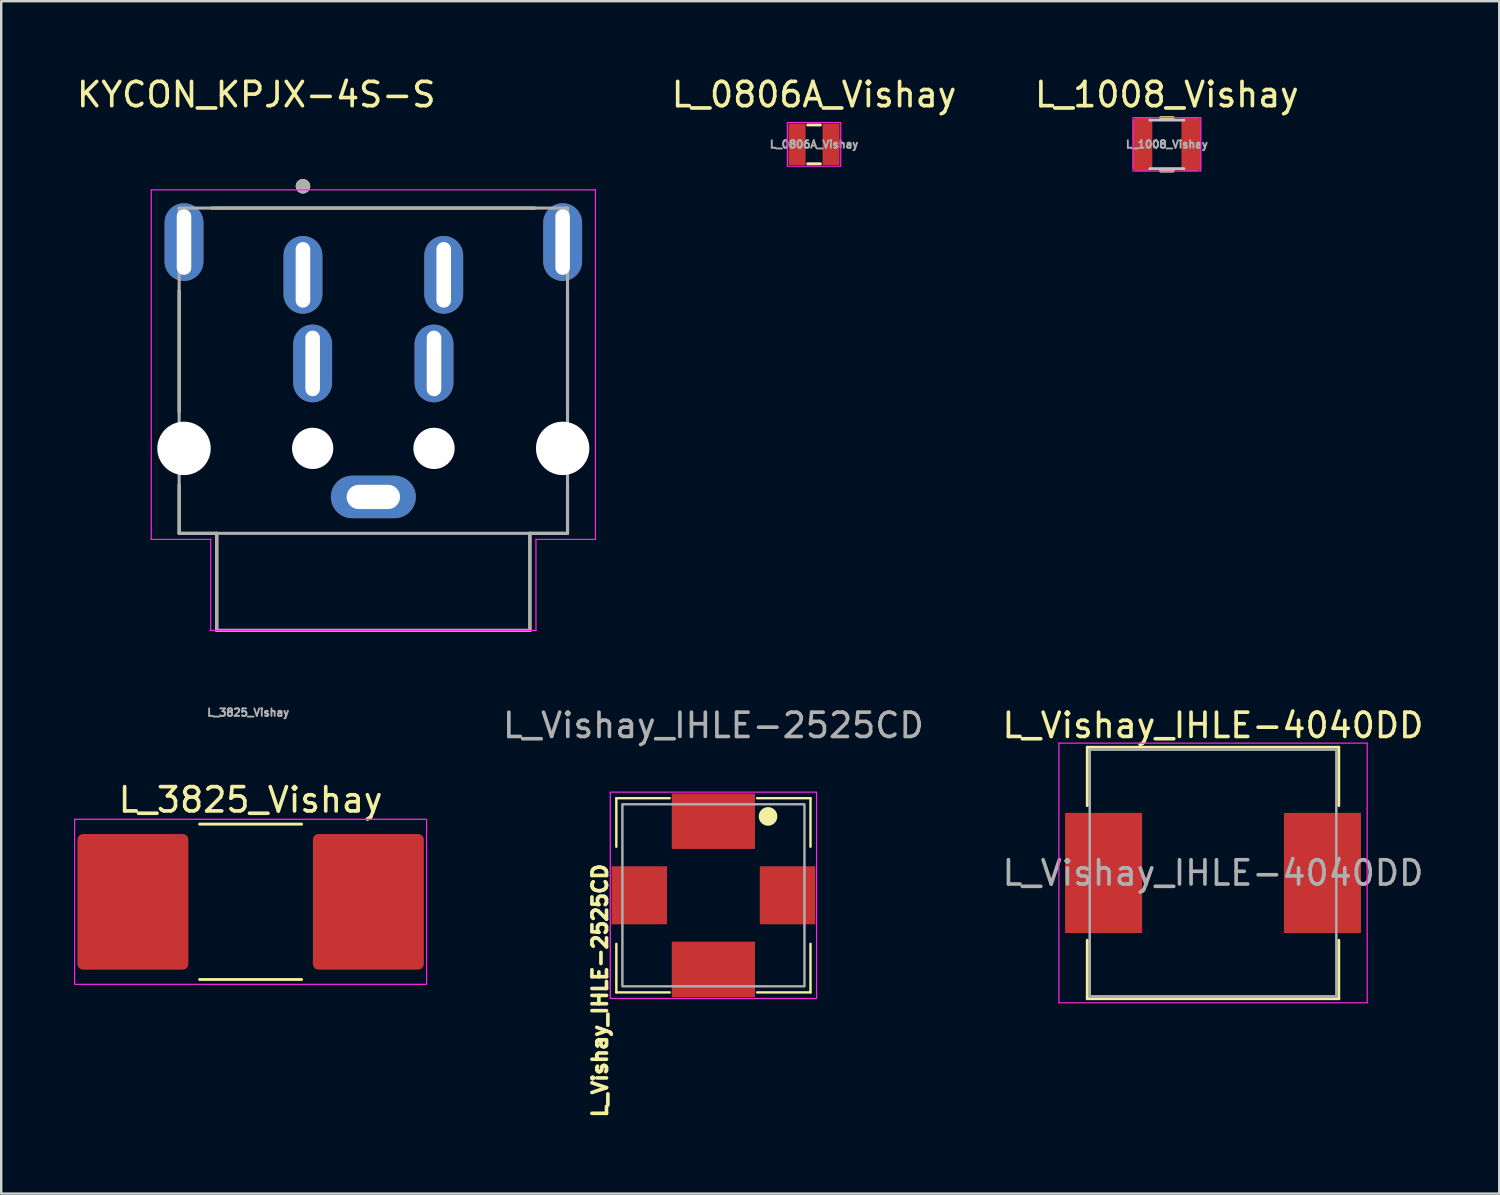
<source format=kicad_pcb>
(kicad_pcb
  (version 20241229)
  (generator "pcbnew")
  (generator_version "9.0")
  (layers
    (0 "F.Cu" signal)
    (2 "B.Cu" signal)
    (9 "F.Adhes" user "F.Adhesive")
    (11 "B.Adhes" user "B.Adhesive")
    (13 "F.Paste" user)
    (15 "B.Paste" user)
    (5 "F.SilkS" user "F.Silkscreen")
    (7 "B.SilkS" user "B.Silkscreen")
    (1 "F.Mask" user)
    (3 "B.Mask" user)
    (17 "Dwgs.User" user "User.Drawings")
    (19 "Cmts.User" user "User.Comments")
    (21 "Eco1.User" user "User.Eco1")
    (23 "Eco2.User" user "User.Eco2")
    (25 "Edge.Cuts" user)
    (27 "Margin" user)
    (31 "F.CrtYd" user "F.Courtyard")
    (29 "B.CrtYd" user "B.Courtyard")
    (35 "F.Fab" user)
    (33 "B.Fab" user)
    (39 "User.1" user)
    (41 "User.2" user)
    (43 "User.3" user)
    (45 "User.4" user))
  (footprint "L_1008_Vishay"
    (layer "F.Cu")
    (at 45.024 2.898)
    (property "Reference" "L_1008_Vishay" (at 0 -2.05 0) (layer "F.SilkS") (effects (font (size 1 1) (thickness 0.15))))
    (attr smd)
    (fp_line (start -0.261 -1.1) (end 0.261 -1.1) (stroke (width 0.12) (type solid)) (layer "F.SilkS"))
    (fp_line (start -0.261 1.1) (end 0.261 1.1) (stroke (width 0.12) (type solid)) (layer "F.SilkS"))
    (fp_line (start -0.7 -1) (end 0.7 -1) (stroke (width 0.12) (type solid)) (layer "Dwgs.User"))
    (fp_line (start -0.7 1) (end 0.7 1) (stroke (width 0.12) (type solid)) (layer "Dwgs.User"))
    (fp_rect (start -1.4 1.1) (end 1.4 -1.1) (stroke (width 0.05) (type solid)) (fill no) (layer "F.CrtYd"))
    (fp_text user "${REFERENCE}" (at 0 0 0) (layer "F.Fab") (effects (font (size 0.31 0.31) (thickness 0.077))))
    (pad "1" smd roundrect (at -1 0) (size 0.8 2.2) (layers "F.Cu" "F.Mask" "F.Paste") (roundrect_rratio 0.2))
    (pad "2" smd roundrect (at 1 0) (size 0.8 2.2) (layers "F.Cu" "F.Mask" "F.Paste") (roundrect_rratio 0.2)))
  (footprint "L_3825_Vishay"
    (layer "F.Cu")
    (at 7.275 34.104)
    (property "Reference" "L_3825_Vishay" (at 0 -4.2 0) (layer "F.SilkS") (effects (font (size 1 1) (thickness 0.15))))
    (attr smd)
    (fp_line (start -2.1 -3.2) (end 2.1 -3.2) (stroke (width 0.12) (type default)) (layer "F.SilkS"))
    (fp_line (start -2.1 3.2) (end 2.1 3.2) (stroke (width 0.12) (type default)) (layer "F.SilkS"))
    (fp_rect (start -7.25 -3.4) (end 7.25 3.4) (stroke (width 0.05) (type default)) (fill no) (layer "F.CrtYd"))
    (fp_text user "${REFERENCE}" (at -0.1 -7.8 0) (layer "F.Fab") (effects (font (size 0.31 0.31) (thickness 0.077))))
    (pad "1" smd roundrect (at -4.85 0) (size 4.572 5.588) (layers "F.Cu" "F.Mask" "F.Paste") (roundrect_rratio 0.05))
    (pad "2" smd roundrect (at 4.85 0) (size 4.572 5.588) (layers "F.Cu" "F.Mask" "F.Paste") (roundrect_rratio 0.05)))
  (footprint "L_Vishay_IHLE-4040DD"
    (layer "F.Cu")
    (at 46.925 32.915)
    (property "Reference" "L_Vishay_IHLE-4040DD" (at 0 -6.08 0) (layer "F.SilkS") (effects (font (size 1 1) (thickness 0.15))))
    (attr smd)
    (fp_line (start -5.18 -5.18) (end 5.18 -5.18) (stroke (width 0.12) (type solid)) (layer "F.SilkS"))
    (fp_line (start -5.18 -2.775) (end -5.18 -5.18) (stroke (width 0.12) (type solid)) (layer "F.SilkS"))
    (fp_line (start -5.18 2.775) (end -5.18 5.18) (stroke (width 0.12) (type solid)) (layer "F.SilkS"))
    (fp_line (start -5.18 5.18) (end 5.18 5.18) (stroke (width 0.12) (type solid)) (layer "F.SilkS"))
    (fp_line (start 5.18 -5.18) (end 5.18 -2.775) (stroke (width 0.12) (type solid)) (layer "F.SilkS"))
    (fp_line (start 5.18 5.18) (end 5.18 2.775) (stroke (width 0.12) (type solid)) (layer "F.SilkS"))
    (fp_line (start -6.35 -5.35) (end -6.35 5.35) (stroke (width 0.05) (type solid)) (layer "F.CrtYd"))
    (fp_line (start -6.35 5.35) (end 6.35 5.35) (stroke (width 0.05) (type solid)) (layer "F.CrtYd"))
    (fp_line (start 6.35 -5.35) (end -6.35 -5.35) (stroke (width 0.05) (type solid)) (layer "F.CrtYd"))
    (fp_line (start 6.35 5.35) (end 6.35 -5.35) (stroke (width 0.05) (type solid)) (layer "F.CrtYd"))
    (fp_line (start -5.08 -5.08) (end -5.08 5.08) (stroke (width 0.1) (type solid)) (layer "F.Fab"))
    (fp_line (start -5.08 5.08) (end 5.08 5.08) (stroke (width 0.1) (type solid)) (layer "F.Fab"))
    (fp_line (start 5.08 -5.08) (end -5.08 -5.08) (stroke (width 0.1) (type solid)) (layer "F.Fab"))
    (fp_line (start 5.08 5.08) (end 5.08 -5.08) (stroke (width 0.1) (type solid)) (layer "F.Fab"))
    (fp_text user "${REFERENCE}" (at 0 0 0) (layer "F.Fab") (effects (font (size 1 1) (thickness 0.15))))
    (pad "1" smd rect (at -4.508 0) (size 3.175 4.95) (layers "F.Cu" "F.Mask" "F.Paste"))
    (pad "2" smd rect (at 4.508 0) (size 3.175 4.95) (layers "F.Cu" "F.Mask" "F.Paste")))
  (footprint "L_Vishay_IHLE-2525CD"
    (layer "F.Cu")
    (at 26.342 33.835)
    (property "Reference" "L_Vishay_IHLE-2525CD" (at -4.675 3.925 90) (layer "F.SilkS") (effects (font (size 0.6 0.6) (thickness 0.15))))
    (attr smd)
    (fp_line (start -4 -4) (end -4 -2) (stroke (width 0.1) (type default)) (layer "F.SilkS"))
    (fp_line (start -4 4) (end -4 2) (stroke (width 0.1) (type default)) (layer "F.SilkS"))
    (fp_line (start -1.8 -4) (end -4 -4) (stroke (width 0.1) (type default)) (layer "F.SilkS"))
    (fp_line (start -1.8 4) (end -4 4) (stroke (width 0.1) (type default)) (layer "F.SilkS"))
    (fp_line (start 1.8 4) (end 4 4) (stroke (width 0.1) (type default)) (layer "F.SilkS"))
    (fp_line (start 4 -4) (end 1.8 -4) (stroke (width 0.1) (type default)) (layer "F.SilkS"))
    (fp_line (start 4 -4) (end 4 -2) (stroke (width 0.1) (type default)) (layer "F.SilkS"))
    (fp_line (start 4 4) (end 4 2) (stroke (width 0.1) (type default)) (layer "F.SilkS"))
    (fp_circle (center 2.25 -3.25) (end 2.584 -3.25) (stroke (width 0.1) (type solid)) (fill yes) (layer "F.SilkS"))
    (fp_rect (start -4.25 4.25) (end 4.25 -4.25) (stroke (width 0.05) (type default)) (fill no) (layer "F.CrtYd"))
    (fp_rect (start -3.75 3.75) (end 3.75 -3.75) (stroke (width 0.1) (type default)) (fill no) (layer "F.Fab"))
    (fp_text user "${REFERENCE}" (at 0 -7 0) (layer "F.Fab") (effects (font (size 1 1) (thickness 0.15))))
    (pad "1" smd rect (at 0 -3.053 90) (size 2.285 3.43) (layers "F.Cu" "F.Mask" "F.Paste"))
    (pad "2" smd rect (at 0 3.053 90) (size 2.285 3.43) (layers "F.Cu" "F.Mask" "F.Paste"))
    (pad "3" smd rect (at -3.053 0) (size 2.285 2.39) (layers "F.Cu" "F.Mask" "F.Paste"))
    (pad "4" smd rect (at 3.053 0) (size 2.285 2.39) (layers "F.Cu" "F.Mask" "F.Paste")))
  (footprint "L_0806A_Vishay"
    (layer "F.Cu")
    (at 30.488 2.898)
    (property "Reference" "L_0806A_Vishay" (at 0 -2.05 0) (layer "F.SilkS") (effects (font (size 1 1) (thickness 0.15))))
    (attr smd)
    (fp_line (start -0.261 -0.8) (end 0.261 -0.8) (stroke (width 0.12) (type solid)) (layer "F.SilkS"))
    (fp_line (start -0.261 0.8) (end 0.261 0.8) (stroke (width 0.12) (type solid)) (layer "F.SilkS"))
    (fp_rect (start -1.1 0.9) (end 1.1 -0.9) (stroke (width 0.05) (type solid)) (fill no) (layer "F.CrtYd"))
    (fp_text user "${REFERENCE}" (at 0 0 0) (layer "F.Fab") (effects (font (size 0.31 0.31) (thickness 0.077))))
    (pad "1" smd roundrect (at -0.7 0) (size 0.7 1.7) (layers "F.Cu" "F.Mask" "F.Paste") (roundrect_rratio 0.05))
    (pad "2" smd roundrect (at 0.7 0) (size 0.7 1.7) (layers "F.Cu" "F.Mask" "F.Paste") (roundrect_rratio 0.05)))
  (footprint "KYCON_KPJX-4S-S"
    (layer "F.Cu")
    (at 12.331 8.273)
    (property "Reference" "KYCON_KPJX-4S-S" (at -4.825 -7.425 180) (layer "F.SilkS") (effects (font (size 1 1) (thickness 0.15))))
    (attr through_hole)
    (fp_line (start -8 0.65) (end -8 5.65) (stroke (width 0.127) (type solid)) (layer "F.SilkS"))
    (fp_line (start -8 8.65) (end -8 10.65) (stroke (width 0.127) (type solid)) (layer "F.SilkS"))
    (fp_line (start -8 10.65) (end -6.45 10.65) (stroke (width 0.127) (type solid)) (layer "F.SilkS"))
    (fp_line (start -6.45 10.65) (end -6.45 14.65) (stroke (width 0.127) (type solid)) (layer "F.SilkS"))
    (fp_line (start -6.45 14.65) (end 6.45 14.65) (stroke (width 0.127) (type solid)) (layer "F.SilkS"))
    (fp_line (start 6.45 10.65) (end 8 10.65) (stroke (width 0.127) (type solid)) (layer "F.SilkS"))
    (fp_line (start 6.45 14.65) (end 6.45 10.65) (stroke (width 0.127) (type solid)) (layer "F.SilkS"))
    (fp_line (start 6.65 -2.75) (end -6.65 -2.75) (stroke (width 0.127) (type solid)) (layer "F.SilkS"))
    (fp_line (start 8 5.65) (end 8 0.65) (stroke (width 0.127) (type solid)) (layer "F.SilkS"))
    (fp_line (start 8 10.65) (end 8 8.65) (stroke (width 0.127) (type solid)) (layer "F.SilkS"))
    (fp_circle (center -2.9 -3.65) (end -2.75 -3.65) (stroke (width 0.3) (type solid)) (fill no) (layer "F.SilkS"))
    (fp_line (start -9.15 -3.5) (end -9.15 10.9) (stroke (width 0.05) (type solid)) (layer "F.CrtYd"))
    (fp_line (start -9.15 -3.5) (end 9.15 -3.5) (stroke (width 0.05) (type solid)) (layer "F.CrtYd"))
    (fp_line (start -9.15 10.9) (end -6.7 10.9) (stroke (width 0.05) (type solid)) (layer "F.CrtYd"))
    (fp_line (start -6.7 10.9) (end -6.7 14.65) (stroke (width 0.05) (type solid)) (layer "F.CrtYd"))
    (fp_line (start 6.7 10.9) (end 6.7 14.65) (stroke (width 0.05) (type solid)) (layer "F.CrtYd"))
    (fp_line (start 6.7 14.65) (end -6.7 14.65) (stroke (width 0.05) (type solid)) (layer "F.CrtYd"))
    (fp_line (start 9.15 -3.5) (end 9.15 10.9) (stroke (width 0.05) (type solid)) (layer "F.CrtYd"))
    (fp_line (start 9.15 10.9) (end 6.7 10.9) (stroke (width 0.05) (type solid)) (layer "F.CrtYd"))
    (fp_line (start -8 -2.75) (end -8 10.65) (stroke (width 0.127) (type solid)) (layer "F.Fab"))
    (fp_line (start -8 10.65) (end -6.45 10.65) (stroke (width 0.127) (type solid)) (layer "F.Fab"))
    (fp_line (start -6.45 10.65) (end -6.45 14.65) (stroke (width 0.127) (type solid)) (layer "F.Fab"))
    (fp_line (start -6.45 10.65) (end 6.45 10.65) (stroke (width 0.127) (type solid)) (layer "F.Fab"))
    (fp_line (start -6.45 14.65) (end 6.45 14.65) (stroke (width 0.127) (type solid)) (layer "F.Fab"))
    (fp_line (start 6.45 10.65) (end 8 10.65) (stroke (width 0.127) (type solid)) (layer "F.Fab"))
    (fp_line (start 6.45 14.65) (end 6.45 10.65) (stroke (width 0.127) (type solid)) (layer "F.Fab"))
    (fp_line (start 8 -2.75) (end -8 -2.75) (stroke (width 0.127) (type solid)) (layer "F.Fab"))
    (fp_line (start 8 10.65) (end 8 -2.75) (stroke (width 0.127) (type solid)) (layer "F.Fab"))
    (fp_circle (center -2.9 -3.65) (end -2.75 -3.65) (stroke (width 0.3) (type solid)) (fill no) (layer "F.Fab"))
    (pad "" np_thru_hole circle (at -7.8 7.15) (size 2.2 2.2) (drill 2.2) (layers "*.Cu" "*.Mask"))
    (pad "" np_thru_hole circle (at -2.5 7.15) (size 1.7 1.7) (drill 1.7) (layers "*.Cu" "*.Mask"))
    (pad "" np_thru_hole circle (at 2.5 7.15) (size 1.7 1.7) (drill 1.7) (layers "*.Cu" "*.Mask"))
    (pad "" np_thru_hole circle (at 7.8 7.15) (size 2.2 2.2) (drill 2.2) (layers "*.Cu" "*.Mask"))
    (pad "1" thru_hole oval (at -2.5 3.65) (size 1.6 3.2) (drill oval 0.6 2.7) (layers "*.Cu" "*.Mask"))
    (pad "2" thru_hole oval (at 2.5 3.65) (size 1.6 3.2) (drill oval 0.6 2.7) (layers "*.Cu" "*.Mask"))
    (pad "3" thru_hole oval (at -2.9 0) (size 1.6 3.2) (drill oval 0.6 2.7) (layers "*.Cu" "*.Mask"))
    (pad "4" thru_hole oval (at 2.9 0) (size 1.6 3.2) (drill oval 0.6 2.7) (layers "*.Cu" "*.Mask"))
    (pad "SH" thru_hole oval (at -7.8 -1.35) (size 1.6 3.2) (drill oval 0.6 2.7) (layers "*.Cu" "*.Mask"))
    (pad "SH" thru_hole oval (at 0 9.15) (size 3.5 1.75) (drill oval 2.2 1) (layers "*.Cu" "*.Mask"))
    (pad "SH" thru_hole oval (at 7.8 -1.35) (size 1.6 3.2) (drill oval 0.6 2.7) (layers "*.Cu" "*.Mask")))
  (gr_rect
    (start -3 -3)
    (end 58.717 46.125)
    (stroke (width 0.1) (type default))
    (fill no)
    (layer "Edge.Cuts")))
</source>
